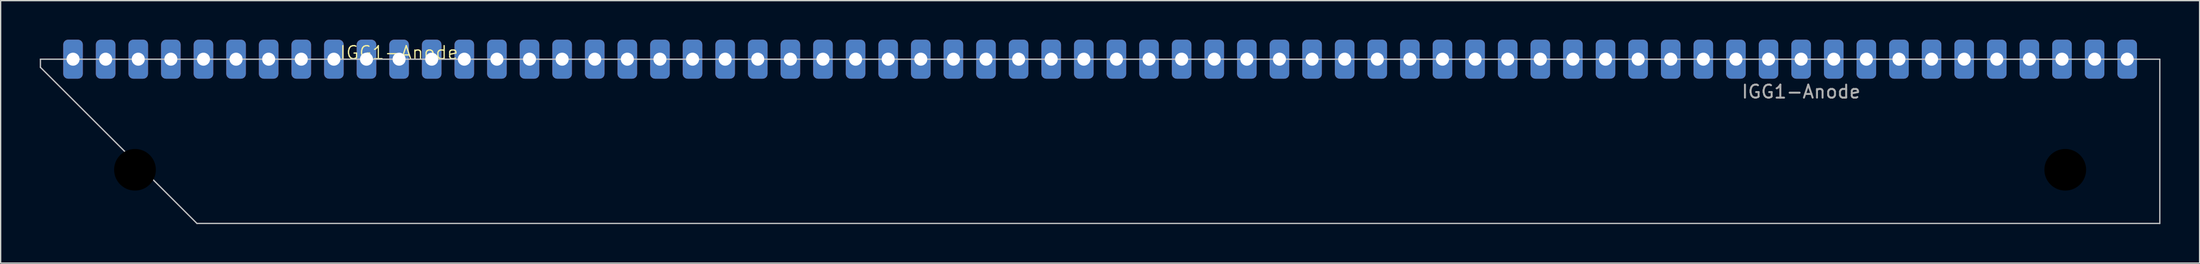
<source format=kicad_pcb>
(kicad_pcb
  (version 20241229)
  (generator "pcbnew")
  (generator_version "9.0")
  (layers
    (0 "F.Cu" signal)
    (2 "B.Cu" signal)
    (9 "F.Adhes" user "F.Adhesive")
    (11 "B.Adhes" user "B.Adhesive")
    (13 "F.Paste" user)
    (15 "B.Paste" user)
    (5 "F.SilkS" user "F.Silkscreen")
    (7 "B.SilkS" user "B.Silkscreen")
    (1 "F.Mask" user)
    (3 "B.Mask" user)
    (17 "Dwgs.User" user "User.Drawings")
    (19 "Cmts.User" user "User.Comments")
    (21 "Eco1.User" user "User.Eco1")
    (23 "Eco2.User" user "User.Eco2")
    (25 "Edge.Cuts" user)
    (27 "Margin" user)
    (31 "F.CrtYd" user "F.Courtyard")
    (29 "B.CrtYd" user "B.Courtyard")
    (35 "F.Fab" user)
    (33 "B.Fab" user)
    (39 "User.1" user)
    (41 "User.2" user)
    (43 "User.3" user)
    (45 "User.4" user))
  (footprint "IGG1-Anode"
    (layer "F.Cu")
    (at 1.55 1.5)
    (property "Reference" "IGG1-Anode" (at 26 -0.5 0) (unlocked yes) (layer "F.SilkS") (effects (font (size 1 1) (thickness 0.1))))
    (attr smd)
    (fp_line (start -1.5 0.625) (end -1.5 0) (stroke (width 0.1) (type default)) (layer "Dwgs.User"))
    (fp_line (start -1.5 0.625) (end 10.5 12.625) (stroke (width 0.1) (type default)) (layer "Dwgs.User"))
    (fp_line (start 10.5 12.625) (end 161 12.625) (stroke (width 0.1) (type default)) (layer "Dwgs.User"))
    (fp_line (start 161 0) (end -1.5 0) (stroke (width 0.1) (type default)) (layer "Dwgs.User"))
    (fp_line (start 161 12.625) (end 161 0) (stroke (width 0.1) (type default)) (layer "Dwgs.User"))
    (fp_text user "${REFERENCE}" (at 133.5 2.5 0) (unlocked yes) (layer "F.Fab") (effects (font (size 1 1) (thickness 0.15))))
    (pad "" np_thru_hole circle (at 5.75 8.5 270) (size 7 7) (drill 3.2) (layers "*.Mask"))
    (pad "" np_thru_hole circle (at 153.75 8.5 270) (size 7 7) (drill 3.2) (layers "*.Mask"))
    (pad "1" thru_hole roundrect (at 1 0 90) (size 3 1.5) (drill 1) (layers "*.Cu" "*.Mask") (roundrect_rratio 0.25))
    (pad "2" thru_hole roundrect (at 3.5 0 90) (size 3 1.5) (drill 1) (layers "*.Cu" "*.Mask") (roundrect_rratio 0.25))
    (pad "3" thru_hole roundrect (at 6 0 90) (size 3 1.5) (drill 1) (layers "*.Cu" "*.Mask") (roundrect_rratio 0.25))
    (pad "4" thru_hole roundrect (at 8.5 0 90) (size 3 1.5) (drill 1) (layers "*.Cu" "*.Mask") (roundrect_rratio 0.25))
    (pad "5" thru_hole roundrect (at 11 0 90) (size 3 1.5) (drill 1) (layers "*.Cu" "*.Mask") (roundrect_rratio 0.25))
    (pad "6" thru_hole roundrect (at 13.5 0 90) (size 3 1.5) (drill 1) (layers "*.Cu" "*.Mask") (roundrect_rratio 0.25))
    (pad "7" thru_hole roundrect (at 16 0 90) (size 3 1.5) (drill 1) (layers "*.Cu" "*.Mask") (roundrect_rratio 0.25))
    (pad "8" thru_hole roundrect (at 18.5 0 90) (size 3 1.5) (drill 1) (layers "*.Cu" "*.Mask") (roundrect_rratio 0.25))
    (pad "9" thru_hole roundrect (at 21 0 90) (size 3 1.5) (drill 1) (layers "*.Cu" "*.Mask") (roundrect_rratio 0.25))
    (pad "10" thru_hole roundrect (at 23.5 0 90) (size 3 1.5) (drill 1) (layers "*.Cu" "*.Mask") (roundrect_rratio 0.25))
    (pad "11" thru_hole roundrect (at 26 0 90) (size 3 1.5) (drill 1) (layers "*.Cu" "*.Mask") (roundrect_rratio 0.25))
    (pad "12" thru_hole roundrect (at 28.5 0 90) (size 3 1.5) (drill 1) (layers "*.Cu" "*.Mask") (roundrect_rratio 0.25))
    (pad "13" thru_hole roundrect (at 31 0 90) (size 3 1.5) (drill 1) (layers "*.Cu" "*.Mask") (roundrect_rratio 0.25))
    (pad "14" thru_hole roundrect (at 33.5 0 90) (size 3 1.5) (drill 1) (layers "*.Cu" "*.Mask") (roundrect_rratio 0.25))
    (pad "15" thru_hole roundrect (at 36 0 90) (size 3 1.5) (drill 1) (layers "*.Cu" "*.Mask") (roundrect_rratio 0.25))
    (pad "16" thru_hole roundrect (at 38.5 0 90) (size 3 1.5) (drill 1) (layers "*.Cu" "*.Mask") (roundrect_rratio 0.25))
    (pad "17" thru_hole roundrect (at 41 0 90) (size 3 1.5) (drill 1) (layers "*.Cu" "*.Mask") (roundrect_rratio 0.25))
    (pad "18" thru_hole roundrect (at 43.5 0 90) (size 3 1.5) (drill 1) (layers "*.Cu" "*.Mask") (roundrect_rratio 0.25))
    (pad "19" thru_hole roundrect (at 46 0 90) (size 3 1.5) (drill 1) (layers "*.Cu" "*.Mask") (roundrect_rratio 0.25))
    (pad "20" thru_hole roundrect (at 48.5 0 90) (size 3 1.5) (drill 1) (layers "*.Cu" "*.Mask") (roundrect_rratio 0.25))
    (pad "21" thru_hole roundrect (at 51 0 90) (size 3 1.5) (drill 1) (layers "*.Cu" "*.Mask") (roundrect_rratio 0.25))
    (pad "22" thru_hole roundrect (at 53.5 0 90) (size 3 1.5) (drill 1) (layers "*.Cu" "*.Mask") (roundrect_rratio 0.25))
    (pad "23" thru_hole roundrect (at 56 0 90) (size 3 1.5) (drill 1) (layers "*.Cu" "*.Mask") (roundrect_rratio 0.25))
    (pad "24" thru_hole roundrect (at 58.5 0 90) (size 3 1.5) (drill 1) (layers "*.Cu" "*.Mask") (roundrect_rratio 0.25))
    (pad "25" thru_hole roundrect (at 61 0 90) (size 3 1.5) (drill 1) (layers "*.Cu" "*.Mask") (roundrect_rratio 0.25))
    (pad "26" thru_hole roundrect (at 63.5 0 90) (size 3 1.5) (drill 1) (layers "*.Cu" "*.Mask") (roundrect_rratio 0.25))
    (pad "27" thru_hole roundrect (at 66 0 90) (size 3 1.5) (drill 1) (layers "*.Cu" "*.Mask") (roundrect_rratio 0.25))
    (pad "28" thru_hole roundrect (at 68.5 0 90) (size 3 1.5) (drill 1) (layers "*.Cu" "*.Mask") (roundrect_rratio 0.25))
    (pad "29" thru_hole roundrect (at 71 0 90) (size 3 1.5) (drill 1) (layers "*.Cu" "*.Mask") (roundrect_rratio 0.25))
    (pad "30" thru_hole roundrect (at 73.5 0 90) (size 3 1.5) (drill 1) (layers "*.Cu" "*.Mask") (roundrect_rratio 0.25))
    (pad "31" thru_hole roundrect (at 76 0 90) (size 3 1.5) (drill 1) (layers "*.Cu" "*.Mask") (roundrect_rratio 0.25))
    (pad "32" thru_hole roundrect (at 78.5 0 90) (size 3 1.5) (drill 1) (layers "*.Cu" "*.Mask") (roundrect_rratio 0.25))
    (pad "33" thru_hole roundrect (at 81 0 90) (size 3 1.5) (drill 1) (layers "*.Cu" "*.Mask") (roundrect_rratio 0.25))
    (pad "34" thru_hole roundrect (at 83.5 0 90) (size 3 1.5) (drill 1) (layers "*.Cu" "*.Mask") (roundrect_rratio 0.25))
    (pad "35" thru_hole roundrect (at 86 0 90) (size 3 1.5) (drill 1) (layers "*.Cu" "*.Mask") (roundrect_rratio 0.25))
    (pad "36" thru_hole roundrect (at 88.5 0 90) (size 3 1.5) (drill 1) (layers "*.Cu" "*.Mask") (roundrect_rratio 0.25))
    (pad "37" thru_hole roundrect (at 91 0 90) (size 3 1.5) (drill 1) (layers "*.Cu" "*.Mask") (roundrect_rratio 0.25))
    (pad "38" thru_hole roundrect (at 93.5 0 90) (size 3 1.5) (drill 1) (layers "*.Cu" "*.Mask") (roundrect_rratio 0.25))
    (pad "39" thru_hole roundrect (at 96 0 90) (size 3 1.5) (drill 1) (layers "*.Cu" "*.Mask") (roundrect_rratio 0.25))
    (pad "40" thru_hole roundrect (at 98.5 0 90) (size 3 1.5) (drill 1) (layers "*.Cu" "*.Mask") (roundrect_rratio 0.25))
    (pad "41" thru_hole roundrect (at 101 0 90) (size 3 1.5) (drill 1) (layers "*.Cu" "*.Mask") (roundrect_rratio 0.25))
    (pad "42" thru_hole roundrect (at 103.5 0 90) (size 3 1.5) (drill 1) (layers "*.Cu" "*.Mask") (roundrect_rratio 0.25))
    (pad "43" thru_hole roundrect (at 106 0 90) (size 3 1.5) (drill 1) (layers "*.Cu" "*.Mask") (roundrect_rratio 0.25))
    (pad "44" thru_hole roundrect (at 108.5 0 90) (size 3 1.5) (drill 1) (layers "*.Cu" "*.Mask") (roundrect_rratio 0.25))
    (pad "45" thru_hole roundrect (at 111 0 90) (size 3 1.5) (drill 1) (layers "*.Cu" "*.Mask") (roundrect_rratio 0.25))
    (pad "46" thru_hole roundrect (at 113.5 0 90) (size 3 1.5) (drill 1) (layers "*.Cu" "*.Mask") (roundrect_rratio 0.25))
    (pad "47" thru_hole roundrect (at 116 0 90) (size 3 1.5) (drill 1) (layers "*.Cu" "*.Mask") (roundrect_rratio 0.25))
    (pad "48" thru_hole roundrect (at 118.5 0 90) (size 3 1.5) (drill 1) (layers "*.Cu" "*.Mask") (roundrect_rratio 0.25))
    (pad "49" thru_hole roundrect (at 121 0 90) (size 3 1.5) (drill 1) (layers "*.Cu" "*.Mask") (roundrect_rratio 0.25))
    (pad "50" thru_hole roundrect (at 123.5 0 90) (size 3 1.5) (drill 1) (layers "*.Cu" "*.Mask") (roundrect_rratio 0.25))
    (pad "51" thru_hole roundrect (at 126 0 90) (size 3 1.5) (drill 1) (layers "*.Cu" "*.Mask") (roundrect_rratio 0.25))
    (pad "52" thru_hole roundrect (at 128.5 0 90) (size 3 1.5) (drill 1) (layers "*.Cu" "*.Mask") (roundrect_rratio 0.25))
    (pad "53" thru_hole roundrect (at 131 0 90) (size 3 1.5) (drill 1) (layers "*.Cu" "*.Mask") (roundrect_rratio 0.25))
    (pad "54" thru_hole roundrect (at 133.5 0 90) (size 3 1.5) (drill 1) (layers "*.Cu" "*.Mask") (roundrect_rratio 0.25))
    (pad "55" thru_hole roundrect (at 136 0 90) (size 3 1.5) (drill 1) (layers "*.Cu" "*.Mask") (roundrect_rratio 0.25))
    (pad "56" thru_hole roundrect (at 138.5 0 90) (size 3 1.5) (drill 1) (layers "*.Cu" "*.Mask") (roundrect_rratio 0.25))
    (pad "57" thru_hole roundrect (at 141 0 90) (size 3 1.5) (drill 1) (layers "*.Cu" "*.Mask") (roundrect_rratio 0.25))
    (pad "58" thru_hole roundrect (at 143.5 0 90) (size 3 1.5) (drill 1) (layers "*.Cu" "*.Mask") (roundrect_rratio 0.25))
    (pad "59" thru_hole roundrect (at 146 0 90) (size 3 1.5) (drill 1) (layers "*.Cu" "*.Mask") (roundrect_rratio 0.25))
    (pad "60" thru_hole roundrect (at 148.5 0 90) (size 3 1.5) (drill 1) (layers "*.Cu" "*.Mask") (roundrect_rratio 0.25))
    (pad "61" thru_hole roundrect (at 151 0 90) (size 3 1.5) (drill 1) (layers "*.Cu" "*.Mask") (roundrect_rratio 0.25))
    (pad "62" thru_hole roundrect (at 153.5 0 90) (size 3 1.5) (drill 1) (layers "*.Cu" "*.Mask") (roundrect_rratio 0.25))
    (pad "63" thru_hole roundrect (at 156 0 90) (size 3 1.5) (drill 1) (layers "*.Cu" "*.Mask") (roundrect_rratio 0.25))
    (pad "64" thru_hole roundrect (at 158.5 0 90) (size 3 1.5) (drill 1) (layers "*.Cu" "*.Mask") (roundrect_rratio 0.25)))
  (gr_rect
    (start -3 -3)
    (end 165.6 17.175)
    (stroke (width 0.1) (type default))
    (fill no)
    (layer "Edge.Cuts")))
</source>
